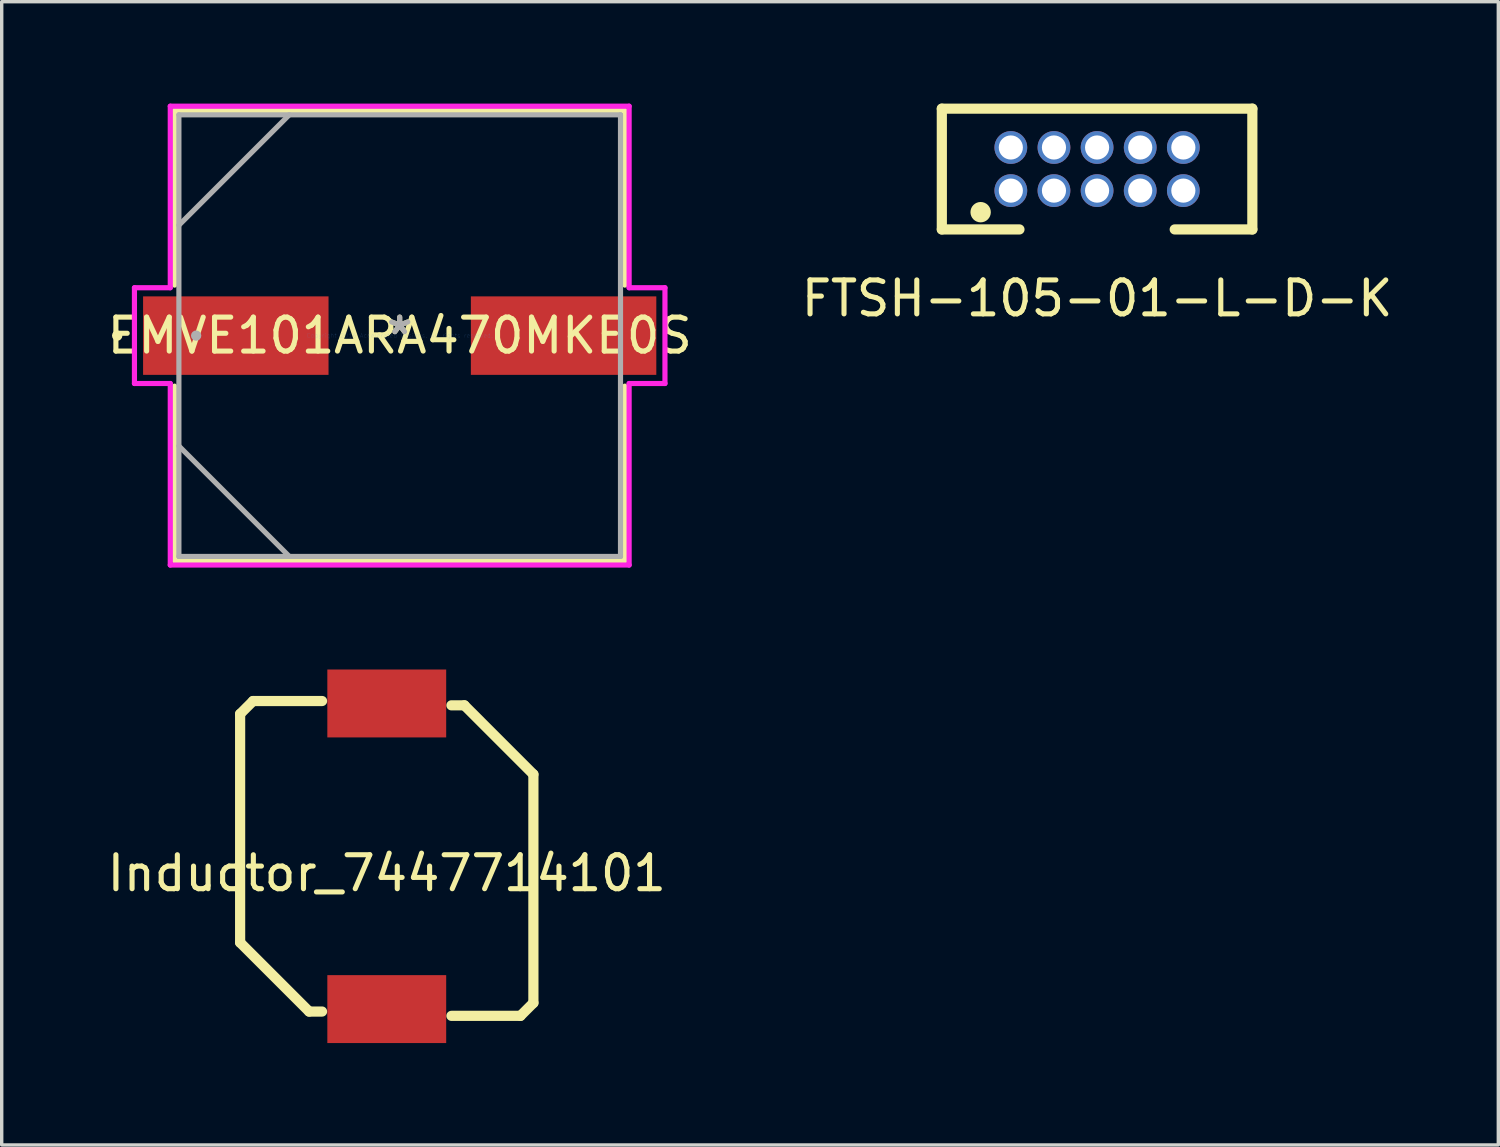
<source format=kicad_pcb>
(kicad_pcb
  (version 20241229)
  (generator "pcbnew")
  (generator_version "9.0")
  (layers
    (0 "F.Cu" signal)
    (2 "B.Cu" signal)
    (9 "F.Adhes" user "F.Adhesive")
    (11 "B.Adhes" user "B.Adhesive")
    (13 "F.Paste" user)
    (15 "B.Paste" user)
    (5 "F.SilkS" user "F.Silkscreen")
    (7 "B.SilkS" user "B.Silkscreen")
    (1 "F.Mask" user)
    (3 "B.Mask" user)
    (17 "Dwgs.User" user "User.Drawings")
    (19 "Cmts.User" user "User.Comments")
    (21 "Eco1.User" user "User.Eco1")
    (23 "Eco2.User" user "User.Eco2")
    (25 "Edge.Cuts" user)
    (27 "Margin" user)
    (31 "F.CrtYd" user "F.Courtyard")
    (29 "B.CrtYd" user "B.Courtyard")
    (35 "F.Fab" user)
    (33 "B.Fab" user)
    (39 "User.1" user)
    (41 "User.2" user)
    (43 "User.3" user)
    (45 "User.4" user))
  (footprint "Inductor_7447714101"
    (layer "F.Cu")
    (at 8.339 22.165)
    (property "Reference" "Inductor_7447714101" (at 0 0.5 0) (layer "F.SilkS") (effects (font (size 1 1) (thickness 0.15))))
    (attr through_hole)
    (fp_line (start -4.318 -4.191) (end -4.318 2.54) (stroke (width 0.3) (type solid)) (layer "F.SilkS"))
    (fp_line (start -4.318 -4.191) (end -3.937 -4.572) (stroke (width 0.3) (type solid)) (layer "F.SilkS"))
    (fp_line (start -4.318 2.54) (end -2.286 4.572) (stroke (width 0.3) (type solid)) (layer "F.SilkS"))
    (fp_line (start -2.286 4.572) (end -1.905 4.572) (stroke (width 0.3) (type solid)) (layer "F.SilkS"))
    (fp_line (start -1.905 -4.572) (end -3.937 -4.572) (stroke (width 0.3) (type solid)) (layer "F.SilkS"))
    (fp_line (start 1.905 -4.445) (end 2.286 -4.445) (stroke (width 0.3) (type solid)) (layer "F.SilkS"))
    (fp_line (start 2.286 -4.445) (end 4.318 -2.413) (stroke (width 0.3) (type solid)) (layer "F.SilkS"))
    (fp_line (start 3.937 4.699) (end 1.905 4.699) (stroke (width 0.3) (type solid)) (layer "F.SilkS"))
    (fp_line (start 3.937 4.699) (end 4.318 4.318) (stroke (width 0.3) (type solid)) (layer "F.SilkS"))
    (fp_line (start 4.318 -2.413) (end 4.318 4.318) (stroke (width 0.3) (type solid)) (layer "F.SilkS"))
    (pad "1" smd rect (at 0 -4.5) (size 3.5 2) (layers "F.Cu" "F.Mask" "F.Paste"))
    (pad "2" smd rect (at 0 4.5) (size 3.5 2) (layers "F.Cu" "F.Mask" "F.Paste")))
  (footprint "EMVE101ARA470MKE0S"
    (layer "F.Cu")
    (at 8.72 6.833)
    (property "Reference" "EMVE101ARA470MKE0S" (at 0 0 0) (layer "F.SilkS") (effects (font (size 1 1) (thickness 0.15))))
    (attr through_hole)
    (fp_line (start -6.629 -6.629) (end -6.629 -1.488) (stroke (width 0.152) (type solid)) (layer "F.SilkS"))
    (fp_line (start -6.629 1.488) (end -6.629 6.629) (stroke (width 0.152) (type solid)) (layer "F.SilkS"))
    (fp_line (start -6.629 6.629) (end 6.629 6.629) (stroke (width 0.152) (type solid)) (layer "F.SilkS"))
    (fp_line (start 6.629 -6.629) (end -6.629 -6.629) (stroke (width 0.152) (type solid)) (layer "F.SilkS"))
    (fp_line (start 6.629 -1.488) (end 6.629 -6.629) (stroke (width 0.152) (type solid)) (layer "F.SilkS"))
    (fp_line (start 6.629 6.629) (end 6.629 1.488) (stroke (width 0.152) (type solid)) (layer "F.SilkS"))
    (fp_circle (center -8.319 0) (end -8.242 0) (stroke (width 0.152) (type solid)) (fill no) (layer "F.SilkS"))
    (fp_line (start -7.811 -1.41) (end -6.756 -1.41) (stroke (width 0.152) (type solid)) (layer "F.CrtYd"))
    (fp_line (start -7.811 1.41) (end -7.811 -1.41) (stroke (width 0.152) (type solid)) (layer "F.CrtYd"))
    (fp_line (start -6.756 -6.756) (end 6.756 -6.756) (stroke (width 0.152) (type solid)) (layer "F.CrtYd"))
    (fp_line (start -6.756 -1.41) (end -6.756 -6.756) (stroke (width 0.152) (type solid)) (layer "F.CrtYd"))
    (fp_line (start -6.756 1.41) (end -7.811 1.41) (stroke (width 0.152) (type solid)) (layer "F.CrtYd"))
    (fp_line (start -6.756 6.756) (end -6.756 1.41) (stroke (width 0.152) (type solid)) (layer "F.CrtYd"))
    (fp_line (start 6.756 -6.756) (end 6.756 -1.41) (stroke (width 0.152) (type solid)) (layer "F.CrtYd"))
    (fp_line (start 6.756 -1.41) (end 7.811 -1.41) (stroke (width 0.152) (type solid)) (layer "F.CrtYd"))
    (fp_line (start 6.756 1.41) (end 6.756 6.756) (stroke (width 0.152) (type solid)) (layer "F.CrtYd"))
    (fp_line (start 6.756 6.756) (end -6.756 6.756) (stroke (width 0.152) (type solid)) (layer "F.CrtYd"))
    (fp_line (start 7.811 -1.41) (end 7.811 1.41) (stroke (width 0.152) (type solid)) (layer "F.CrtYd"))
    (fp_line (start 7.811 1.41) (end 6.756 1.41) (stroke (width 0.152) (type solid)) (layer "F.CrtYd"))
    (fp_line (start -6.502 -6.502) (end -6.502 6.502) (stroke (width 0.152) (type solid)) (layer "F.Fab"))
    (fp_line (start -6.502 -3.251) (end -3.251 -6.502) (stroke (width 0.152) (type solid)) (layer "F.Fab"))
    (fp_line (start -6.502 3.251) (end -3.251 6.502) (stroke (width 0.152) (type solid)) (layer "F.Fab"))
    (fp_line (start -6.502 6.502) (end 6.502 6.502) (stroke (width 0.152) (type solid)) (layer "F.Fab"))
    (fp_line (start 6.502 -6.502) (end -6.502 -6.502) (stroke (width 0.152) (type solid)) (layer "F.Fab"))
    (fp_line (start 6.502 6.502) (end 6.502 -6.502) (stroke (width 0.152) (type solid)) (layer "F.Fab"))
    (fp_circle (center -5.994 0) (end -5.918 0) (stroke (width 0.152) (type solid)) (fill no) (layer "F.Fab"))
    (fp_text user "*" (at 0 0 0) (layer "F.SilkS") (effects (font (size 1 1) (thickness 0.15))))
    (fp_text user "Copyright 2016 Accelerated Designs. All rights reserved." (at 0 0 0) (layer "Cmts.User") (effects (font (size 0.127 0.127) (thickness 0.002))))
    (fp_text user "*" (at 0 0 0) (layer "F.Fab") (effects (font (size 1 1) (thickness 0.15))))
    (pad "1" smd rect (at -4.826 0) (size 5.461 2.311) (layers "F.Cu" "F.Mask" "F.Paste"))
    (pad "2" smd rect (at 4.826 0) (size 5.461 2.311) (layers "F.Cu" "F.Mask" "F.Paste")))
  (footprint "FTSH-105-01-L-D-K"
    (layer "F.Cu")
    (at 29.256 1.928)
    (property "Reference" "FTSH-105-01-L-D-K" (at 0 3.81 0) (layer "F.SilkS") (effects (font (size 1 1) (thickness 0.15))))
    (attr through_hole)
    (fp_line (start -4.572 -1.778) (end -4.572 1.778) (stroke (width 0.3) (type solid)) (layer "F.SilkS"))
    (fp_line (start -4.572 1.778) (end -2.286 1.778) (stroke (width 0.3) (type solid)) (layer "F.SilkS"))
    (fp_line (start 2.286 1.778) (end 4.572 1.778) (stroke (width 0.3) (type solid)) (layer "F.SilkS"))
    (fp_line (start 4.572 -1.778) (end -4.572 -1.778) (stroke (width 0.3) (type solid)) (layer "F.SilkS"))
    (fp_line (start 4.572 -1.778) (end 4.572 1.778) (stroke (width 0.3) (type solid)) (layer "F.SilkS"))
    (fp_circle (center -3.429 1.27) (end -3.579 1.27) (stroke (width 0.3) (type solid)) (fill no) (layer "F.SilkS"))
    (pad "1" thru_hole circle (at -2.54 0.635) (size 0.965 0.965) (drill 0.711) (layers "*.Cu" "*.Mask"))
    (pad "2" thru_hole circle (at -2.54 -0.635) (size 0.965 0.965) (drill 0.711) (layers "*.Cu" "*.Mask"))
    (pad "3" thru_hole circle (at -1.27 0.635) (size 0.965 0.965) (drill 0.711) (layers "*.Cu" "*.Mask"))
    (pad "4" thru_hole circle (at -1.27 -0.635) (size 0.965 0.965) (drill 0.711) (layers "*.Cu" "*.Mask"))
    (pad "5" thru_hole circle (at 0 0.635) (size 0.965 0.965) (drill 0.711) (layers "*.Cu" "*.Mask"))
    (pad "6" thru_hole circle (at 0 -0.635) (size 0.965 0.965) (drill 0.711) (layers "*.Cu" "*.Mask"))
    (pad "7" thru_hole circle (at 1.27 0.635) (size 0.965 0.965) (drill 0.711) (layers "*.Cu" "*.Mask"))
    (pad "8" thru_hole circle (at 1.27 -0.635) (size 0.965 0.965) (drill 0.711) (layers "*.Cu" "*.Mask"))
    (pad "9" thru_hole circle (at 2.54 0.635) (size 0.965 0.965) (drill 0.711) (layers "*.Cu" "*.Mask"))
    (pad "10" thru_hole circle (at 2.54 -0.635) (size 0.965 0.965) (drill 0.711) (layers "*.Cu" "*.Mask")))
  (gr_rect
    (start -3 -3)
    (end 41.071 30.665)
    (stroke (width 0.1) (type default))
    (fill no)
    (layer "Edge.Cuts")))
</source>
